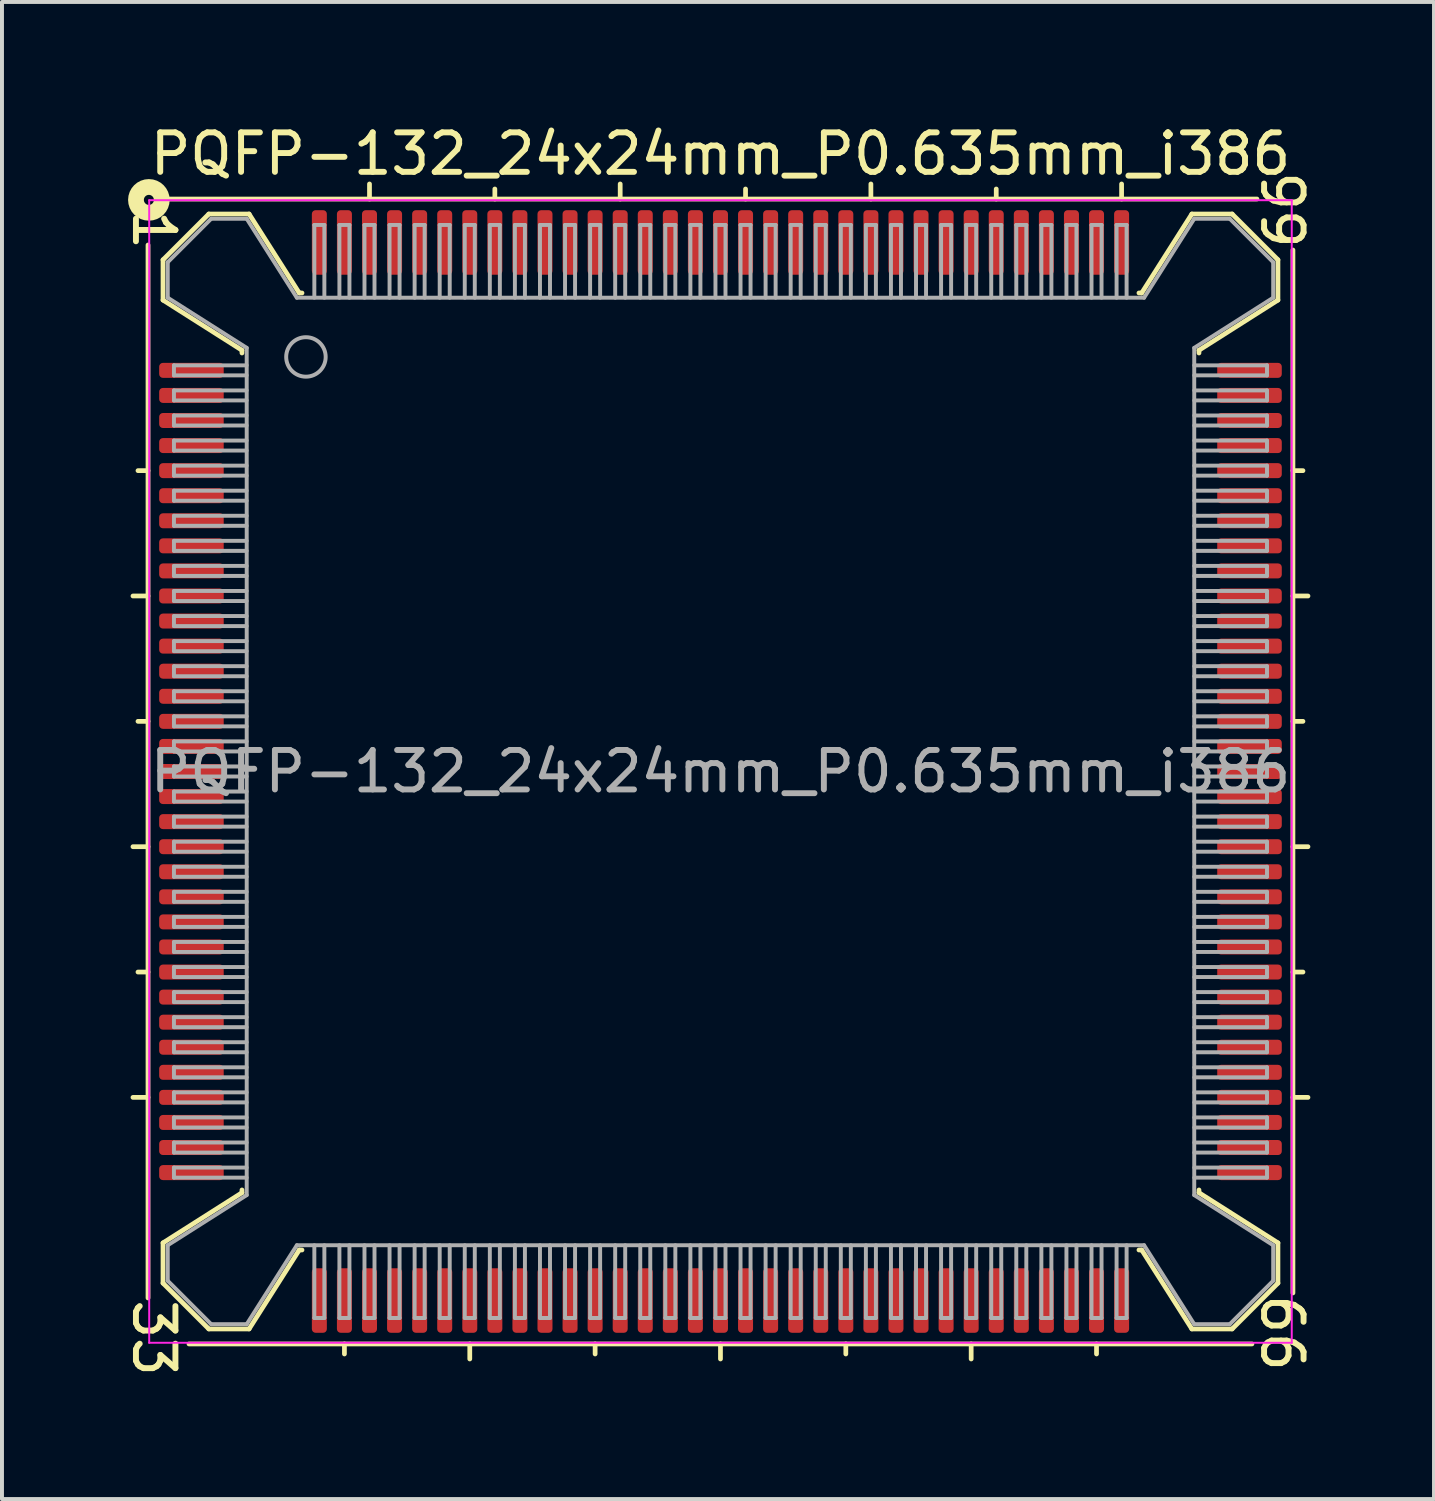
<source format=kicad_pcb>
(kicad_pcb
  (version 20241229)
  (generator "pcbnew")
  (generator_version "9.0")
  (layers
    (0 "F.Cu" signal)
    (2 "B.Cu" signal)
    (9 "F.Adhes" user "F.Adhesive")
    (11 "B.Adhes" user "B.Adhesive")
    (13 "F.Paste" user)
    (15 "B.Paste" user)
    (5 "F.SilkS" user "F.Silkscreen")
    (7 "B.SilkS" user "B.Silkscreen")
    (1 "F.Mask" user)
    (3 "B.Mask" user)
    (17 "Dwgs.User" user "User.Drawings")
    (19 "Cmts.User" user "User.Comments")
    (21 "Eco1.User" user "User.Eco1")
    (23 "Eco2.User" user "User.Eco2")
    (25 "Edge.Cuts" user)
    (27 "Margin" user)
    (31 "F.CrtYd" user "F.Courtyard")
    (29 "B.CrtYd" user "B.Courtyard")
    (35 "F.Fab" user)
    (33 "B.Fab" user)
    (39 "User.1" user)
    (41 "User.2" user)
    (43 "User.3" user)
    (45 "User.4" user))
  (footprint "PQFP-132_24x24mm_P0.635mm_i386"
    (layer "F.Cu")
    (at 15.199 16.491)
    (property "Reference" "PQFP-132_24x24mm_P0.635mm_i386" (at 0 -15.643 0) (layer "F.SilkS") (effects (font (size 1 1) (thickness 0.15))))
    (attr smd)
    (fp_line (start -14.881 -4.445) (end -14.5 -4.445) (stroke (width 0.12) (type solid)) (layer "F.SilkS"))
    (fp_line (start -14.881 1.905) (end -14.5 1.905) (stroke (width 0.12) (type solid)) (layer "F.SilkS"))
    (fp_line (start -14.881 8.255) (end -14.5 8.255) (stroke (width 0.12) (type solid)) (layer "F.SilkS"))
    (fp_line (start -14.754 -7.62) (end -14.5 -7.62) (stroke (width 0.12) (type solid)) (layer "F.SilkS"))
    (fp_line (start -14.754 -1.27) (end -14.5 -1.27) (stroke (width 0.12) (type solid)) (layer "F.SilkS"))
    (fp_line (start -14.754 5.08) (end -14.5 5.08) (stroke (width 0.12) (type solid)) (layer "F.SilkS"))
    (fp_line (start -14.5 -13.335) (end -14.5 13.335) (stroke (width 0.12) (type solid)) (layer "F.SilkS"))
    (fp_line (start -14.12 -12.96) (end -12.96 -14.12) (stroke (width 0.12) (type solid)) (layer "F.SilkS"))
    (fp_line (start -14.12 -11.94) (end -14.12 -12.96) (stroke (width 0.12) (type solid)) (layer "F.SilkS"))
    (fp_line (start -14.12 -11.94) (end -12.12 -10.67) (stroke (width 0.12) (type solid)) (layer "F.SilkS"))
    (fp_line (start -14.12 11.94) (end -14.12 12.96) (stroke (width 0.12) (type solid)) (layer "F.SilkS"))
    (fp_line (start -14.12 11.94) (end -12.12 10.67) (stroke (width 0.12) (type solid)) (layer "F.SilkS"))
    (fp_line (start -14.12 12.96) (end -12.96 14.12) (stroke (width 0.12) (type solid)) (layer "F.SilkS"))
    (fp_line (start -13.462 14.5) (end 13.462 14.5) (stroke (width 0.12) (type solid)) (layer "F.SilkS"))
    (fp_line (start -12.12 -10.67) (end -12.12 -10.6) (stroke (width 0.12) (type solid)) (layer "F.SilkS"))
    (fp_line (start -12.12 10.67) (end -12.12 10.6) (stroke (width 0.12) (type solid)) (layer "F.SilkS"))
    (fp_line (start -11.94 -14.12) (end -12.96 -14.12) (stroke (width 0.12) (type solid)) (layer "F.SilkS"))
    (fp_line (start -11.94 14.12) (end -12.96 14.12) (stroke (width 0.12) (type solid)) (layer "F.SilkS"))
    (fp_line (start -10.67 -12.12) (end -11.94 -14.12) (stroke (width 0.12) (type solid)) (layer "F.SilkS"))
    (fp_line (start -10.67 12.12) (end -11.94 14.12) (stroke (width 0.12) (type solid)) (layer "F.SilkS"))
    (fp_line (start -10.6 -12.12) (end -10.67 -12.12) (stroke (width 0.12) (type solid)) (layer "F.SilkS"))
    (fp_line (start -10.6 12.12) (end -10.67 12.12) (stroke (width 0.12) (type solid)) (layer "F.SilkS"))
    (fp_line (start -9.525 14.754) (end -9.525 14.5) (stroke (width 0.12) (type solid)) (layer "F.SilkS"))
    (fp_line (start -8.89 -14.5) (end -8.89 -14.881) (stroke (width 0.12) (type solid)) (layer "F.SilkS"))
    (fp_line (start -6.35 14.881) (end -6.35 14.5) (stroke (width 0.12) (type solid)) (layer "F.SilkS"))
    (fp_line (start -5.715 -14.5) (end -5.715 -14.754) (stroke (width 0.12) (type solid)) (layer "F.SilkS"))
    (fp_line (start -3.175 14.754) (end -3.175 14.5) (stroke (width 0.12) (type solid)) (layer "F.SilkS"))
    (fp_line (start -2.54 -14.5) (end -2.54 -14.881) (stroke (width 0.12) (type solid)) (layer "F.SilkS"))
    (fp_line (start 0 14.881) (end 0 14.5) (stroke (width 0.12) (type solid)) (layer "F.SilkS"))
    (fp_line (start 0.635 -14.5) (end 0.635 -14.754) (stroke (width 0.12) (type solid)) (layer "F.SilkS"))
    (fp_line (start 3.175 14.754) (end 3.175 14.5) (stroke (width 0.12) (type solid)) (layer "F.SilkS"))
    (fp_line (start 3.81 -14.5) (end 3.81 -14.881) (stroke (width 0.12) (type solid)) (layer "F.SilkS"))
    (fp_line (start 6.35 14.881) (end 6.35 14.5) (stroke (width 0.12) (type solid)) (layer "F.SilkS"))
    (fp_line (start 6.985 -14.5) (end 6.985 -14.754) (stroke (width 0.12) (type solid)) (layer "F.SilkS"))
    (fp_line (start 9.525 14.754) (end 9.525 14.5) (stroke (width 0.12) (type solid)) (layer "F.SilkS"))
    (fp_line (start 10.16 -14.5) (end 10.16 -14.881) (stroke (width 0.12) (type solid)) (layer "F.SilkS"))
    (fp_line (start 10.6 -12.12) (end 10.67 -12.12) (stroke (width 0.12) (type solid)) (layer "F.SilkS"))
    (fp_line (start 10.6 12.12) (end 10.67 12.12) (stroke (width 0.12) (type solid)) (layer "F.SilkS"))
    (fp_line (start 10.67 -12.12) (end 11.94 -14.12) (stroke (width 0.12) (type solid)) (layer "F.SilkS"))
    (fp_line (start 10.67 12.12) (end 11.94 14.12) (stroke (width 0.12) (type solid)) (layer "F.SilkS"))
    (fp_line (start 11.94 -14.12) (end 12.96 -14.12) (stroke (width 0.12) (type solid)) (layer "F.SilkS"))
    (fp_line (start 11.94 14.12) (end 12.96 14.12) (stroke (width 0.12) (type solid)) (layer "F.SilkS"))
    (fp_line (start 12.12 -10.67) (end 12.12 -10.6) (stroke (width 0.12) (type solid)) (layer "F.SilkS"))
    (fp_line (start 12.12 10.67) (end 12.12 10.6) (stroke (width 0.12) (type solid)) (layer "F.SilkS"))
    (fp_line (start 13.589 -14.5) (end -13.97 -14.5) (stroke (width 0.12) (type solid)) (layer "F.SilkS"))
    (fp_line (start 14.12 -12.96) (end 12.96 -14.12) (stroke (width 0.12) (type solid)) (layer "F.SilkS"))
    (fp_line (start 14.12 -11.94) (end 12.12 -10.67) (stroke (width 0.12) (type solid)) (layer "F.SilkS"))
    (fp_line (start 14.12 -11.94) (end 14.12 -12.96) (stroke (width 0.12) (type solid)) (layer "F.SilkS"))
    (fp_line (start 14.12 11.94) (end 12.12 10.67) (stroke (width 0.12) (type solid)) (layer "F.SilkS"))
    (fp_line (start 14.12 11.94) (end 14.12 12.96) (stroke (width 0.12) (type solid)) (layer "F.SilkS"))
    (fp_line (start 14.12 12.96) (end 12.96 14.12) (stroke (width 0.12) (type solid)) (layer "F.SilkS"))
    (fp_line (start 14.5 -7.62) (end 14.754 -7.62) (stroke (width 0.12) (type solid)) (layer "F.SilkS"))
    (fp_line (start 14.5 -4.445) (end 14.881 -4.445) (stroke (width 0.12) (type solid)) (layer "F.SilkS"))
    (fp_line (start 14.5 -1.27) (end 14.754 -1.27) (stroke (width 0.12) (type solid)) (layer "F.SilkS"))
    (fp_line (start 14.5 1.905) (end 14.881 1.905) (stroke (width 0.12) (type solid)) (layer "F.SilkS"))
    (fp_line (start 14.5 5.08) (end 14.754 5.08) (stroke (width 0.12) (type solid)) (layer "F.SilkS"))
    (fp_line (start 14.5 8.255) (end 14.881 8.255) (stroke (width 0.12) (type solid)) (layer "F.SilkS"))
    (fp_line (start 14.5 13.208) (end 14.5 -13.208) (stroke (width 0.12) (type solid)) (layer "F.SilkS"))
    (fp_circle (center -14.478 -14.478) (end -14.351 -14.478) (stroke (width 0.4) (type solid)) (fill no) (layer "F.SilkS"))
    (fp_line (start -14.47 -14.47) (end -14.47 14.47) (stroke (width 0.05) (type solid)) (layer "F.CrtYd"))
    (fp_line (start 14.47 -14.47) (end -14.47 -14.47) (stroke (width 0.05) (type solid)) (layer "F.CrtYd"))
    (fp_line (start 14.47 -14.47) (end 14.47 14.47) (stroke (width 0.05) (type solid)) (layer "F.CrtYd"))
    (fp_line (start 14.47 14.47) (end -14.47 14.47) (stroke (width 0.05) (type solid)) (layer "F.CrtYd"))
    (fp_line (start -14 -12.9) (end -12.9 -14) (stroke (width 0.1) (type solid)) (layer "F.Fab"))
    (fp_line (start -14 -12) (end -14 -12.9) (stroke (width 0.1) (type solid)) (layer "F.Fab"))
    (fp_line (start -14 -12) (end -12 -10.73) (stroke (width 0.1) (type solid)) (layer "F.Fab"))
    (fp_line (start -14 12) (end -14 12.9) (stroke (width 0.1) (type solid)) (layer "F.Fab"))
    (fp_line (start -14 12) (end -12 10.73) (stroke (width 0.1) (type solid)) (layer "F.Fab"))
    (fp_line (start -14 12.9) (end -12.9 14) (stroke (width 0.1) (type solid)) (layer "F.Fab"))
    (fp_line (start -13.843 -10.287) (end -13.843 -10.033) (stroke (width 0.1) (type solid)) (layer "F.Fab"))
    (fp_line (start -13.843 -10.287) (end -12.002 -10.287) (stroke (width 0.1) (type solid)) (layer "F.Fab"))
    (fp_line (start -13.843 -10.033) (end -12.002 -10.033) (stroke (width 0.1) (type solid)) (layer "F.Fab"))
    (fp_line (start -13.843 -9.652) (end -13.843 -9.398) (stroke (width 0.1) (type solid)) (layer "F.Fab"))
    (fp_line (start -13.843 -9.652) (end -12.002 -9.652) (stroke (width 0.1) (type solid)) (layer "F.Fab"))
    (fp_line (start -13.843 -9.398) (end -12.002 -9.398) (stroke (width 0.1) (type solid)) (layer "F.Fab"))
    (fp_line (start -13.843 -9.017) (end -13.843 -8.763) (stroke (width 0.1) (type solid)) (layer "F.Fab"))
    (fp_line (start -13.843 -9.017) (end -12.002 -9.017) (stroke (width 0.1) (type solid)) (layer "F.Fab"))
    (fp_line (start -13.843 -8.763) (end -12.002 -8.763) (stroke (width 0.1) (type solid)) (layer "F.Fab"))
    (fp_line (start -13.843 -8.382) (end -13.843 -8.128) (stroke (width 0.1) (type solid)) (layer "F.Fab"))
    (fp_line (start -13.843 -8.382) (end -12.002 -8.382) (stroke (width 0.1) (type solid)) (layer "F.Fab"))
    (fp_line (start -13.843 -8.128) (end -12.002 -8.128) (stroke (width 0.1) (type solid)) (layer "F.Fab"))
    (fp_line (start -13.843 -7.747) (end -13.843 -7.493) (stroke (width 0.1) (type solid)) (layer "F.Fab"))
    (fp_line (start -13.843 -7.747) (end -12.002 -7.747) (stroke (width 0.1) (type solid)) (layer "F.Fab"))
    (fp_line (start -13.843 -7.493) (end -12.002 -7.493) (stroke (width 0.1) (type solid)) (layer "F.Fab"))
    (fp_line (start -13.843 -7.112) (end -13.843 -6.858) (stroke (width 0.1) (type solid)) (layer "F.Fab"))
    (fp_line (start -13.843 -7.112) (end -12.002 -7.112) (stroke (width 0.1) (type solid)) (layer "F.Fab"))
    (fp_line (start -13.843 -6.858) (end -12.002 -6.858) (stroke (width 0.1) (type solid)) (layer "F.Fab"))
    (fp_line (start -13.843 -6.477) (end -13.843 -6.223) (stroke (width 0.1) (type solid)) (layer "F.Fab"))
    (fp_line (start -13.843 -6.477) (end -12.002 -6.477) (stroke (width 0.1) (type solid)) (layer "F.Fab"))
    (fp_line (start -13.843 -6.223) (end -12.002 -6.223) (stroke (width 0.1) (type solid)) (layer "F.Fab"))
    (fp_line (start -13.843 -5.842) (end -13.843 -5.588) (stroke (width 0.1) (type solid)) (layer "F.Fab"))
    (fp_line (start -13.843 -5.842) (end -12.002 -5.842) (stroke (width 0.1) (type solid)) (layer "F.Fab"))
    (fp_line (start -13.843 -5.588) (end -12.002 -5.588) (stroke (width 0.1) (type solid)) (layer "F.Fab"))
    (fp_line (start -13.843 -5.207) (end -13.843 -4.953) (stroke (width 0.1) (type solid)) (layer "F.Fab"))
    (fp_line (start -13.843 -5.207) (end -12.002 -5.207) (stroke (width 0.1) (type solid)) (layer "F.Fab"))
    (fp_line (start -13.843 -4.953) (end -12.002 -4.953) (stroke (width 0.1) (type solid)) (layer "F.Fab"))
    (fp_line (start -13.843 -4.572) (end -13.843 -4.318) (stroke (width 0.1) (type solid)) (layer "F.Fab"))
    (fp_line (start -13.843 -4.572) (end -12.002 -4.572) (stroke (width 0.1) (type solid)) (layer "F.Fab"))
    (fp_line (start -13.843 -4.318) (end -12.002 -4.318) (stroke (width 0.1) (type solid)) (layer "F.Fab"))
    (fp_line (start -13.843 -3.937) (end -13.843 -3.683) (stroke (width 0.1) (type solid)) (layer "F.Fab"))
    (fp_line (start -13.843 -3.937) (end -12.002 -3.937) (stroke (width 0.1) (type solid)) (layer "F.Fab"))
    (fp_line (start -13.843 -3.683) (end -12.002 -3.683) (stroke (width 0.1) (type solid)) (layer "F.Fab"))
    (fp_line (start -13.843 -3.302) (end -13.843 -3.048) (stroke (width 0.1) (type solid)) (layer "F.Fab"))
    (fp_line (start -13.843 -3.302) (end -12.002 -3.302) (stroke (width 0.1) (type solid)) (layer "F.Fab"))
    (fp_line (start -13.843 -3.048) (end -12.002 -3.048) (stroke (width 0.1) (type solid)) (layer "F.Fab"))
    (fp_line (start -13.843 -2.667) (end -13.843 -2.413) (stroke (width 0.1) (type solid)) (layer "F.Fab"))
    (fp_line (start -13.843 -2.667) (end -12.002 -2.667) (stroke (width 0.1) (type solid)) (layer "F.Fab"))
    (fp_line (start -13.843 -2.413) (end -12.002 -2.413) (stroke (width 0.1) (type solid)) (layer "F.Fab"))
    (fp_line (start -13.843 -2.032) (end -13.843 -1.778) (stroke (width 0.1) (type solid)) (layer "F.Fab"))
    (fp_line (start -13.843 -2.032) (end -12.002 -2.032) (stroke (width 0.1) (type solid)) (layer "F.Fab"))
    (fp_line (start -13.843 -1.778) (end -12.002 -1.778) (stroke (width 0.1) (type solid)) (layer "F.Fab"))
    (fp_line (start -13.843 -1.397) (end -13.843 -1.143) (stroke (width 0.1) (type solid)) (layer "F.Fab"))
    (fp_line (start -13.843 -1.397) (end -12.002 -1.397) (stroke (width 0.1) (type solid)) (layer "F.Fab"))
    (fp_line (start -13.843 -1.143) (end -12.002 -1.143) (stroke (width 0.1) (type solid)) (layer "F.Fab"))
    (fp_line (start -13.843 -0.762) (end -13.843 -0.508) (stroke (width 0.1) (type solid)) (layer "F.Fab"))
    (fp_line (start -13.843 -0.762) (end -12.002 -0.762) (stroke (width 0.1) (type solid)) (layer "F.Fab"))
    (fp_line (start -13.843 -0.508) (end -12.002 -0.508) (stroke (width 0.1) (type solid)) (layer "F.Fab"))
    (fp_line (start -13.843 -0.127) (end -13.843 0.127) (stroke (width 0.1) (type solid)) (layer "F.Fab"))
    (fp_line (start -13.843 -0.127) (end -12.002 -0.127) (stroke (width 0.1) (type solid)) (layer "F.Fab"))
    (fp_line (start -13.843 0.127) (end -12.002 0.127) (stroke (width 0.1) (type solid)) (layer "F.Fab"))
    (fp_line (start -13.843 0.508) (end -13.843 0.762) (stroke (width 0.1) (type solid)) (layer "F.Fab"))
    (fp_line (start -13.843 0.508) (end -12.002 0.508) (stroke (width 0.1) (type solid)) (layer "F.Fab"))
    (fp_line (start -13.843 0.762) (end -12.002 0.762) (stroke (width 0.1) (type solid)) (layer "F.Fab"))
    (fp_line (start -13.843 1.143) (end -13.843 1.397) (stroke (width 0.1) (type solid)) (layer "F.Fab"))
    (fp_line (start -13.843 1.143) (end -12.002 1.143) (stroke (width 0.1) (type solid)) (layer "F.Fab"))
    (fp_line (start -13.843 1.397) (end -12.002 1.397) (stroke (width 0.1) (type solid)) (layer "F.Fab"))
    (fp_line (start -13.843 1.778) (end -13.843 2.032) (stroke (width 0.1) (type solid)) (layer "F.Fab"))
    (fp_line (start -13.843 1.778) (end -12.002 1.778) (stroke (width 0.1) (type solid)) (layer "F.Fab"))
    (fp_line (start -13.843 2.032) (end -12.002 2.032) (stroke (width 0.1) (type solid)) (layer "F.Fab"))
    (fp_line (start -13.843 2.413) (end -13.843 2.667) (stroke (width 0.1) (type solid)) (layer "F.Fab"))
    (fp_line (start -13.843 2.413) (end -12.002 2.413) (stroke (width 0.1) (type solid)) (layer "F.Fab"))
    (fp_line (start -13.843 2.667) (end -12.002 2.667) (stroke (width 0.1) (type solid)) (layer "F.Fab"))
    (fp_line (start -13.843 3.048) (end -13.843 3.302) (stroke (width 0.1) (type solid)) (layer "F.Fab"))
    (fp_line (start -13.843 3.048) (end -12.002 3.048) (stroke (width 0.1) (type solid)) (layer "F.Fab"))
    (fp_line (start -13.843 3.302) (end -12.002 3.302) (stroke (width 0.1) (type solid)) (layer "F.Fab"))
    (fp_line (start -13.843 3.683) (end -13.843 3.937) (stroke (width 0.1) (type solid)) (layer "F.Fab"))
    (fp_line (start -13.843 3.683) (end -12.002 3.683) (stroke (width 0.1) (type solid)) (layer "F.Fab"))
    (fp_line (start -13.843 3.937) (end -12.002 3.937) (stroke (width 0.1) (type solid)) (layer "F.Fab"))
    (fp_line (start -13.843 4.318) (end -13.843 4.572) (stroke (width 0.1) (type solid)) (layer "F.Fab"))
    (fp_line (start -13.843 4.318) (end -12.002 4.318) (stroke (width 0.1) (type solid)) (layer "F.Fab"))
    (fp_line (start -13.843 4.572) (end -12.002 4.572) (stroke (width 0.1) (type solid)) (layer "F.Fab"))
    (fp_line (start -13.843 4.953) (end -13.843 5.207) (stroke (width 0.1) (type solid)) (layer "F.Fab"))
    (fp_line (start -13.843 4.953) (end -12.002 4.953) (stroke (width 0.1) (type solid)) (layer "F.Fab"))
    (fp_line (start -13.843 5.207) (end -12.002 5.207) (stroke (width 0.1) (type solid)) (layer "F.Fab"))
    (fp_line (start -13.843 5.588) (end -13.843 5.842) (stroke (width 0.1) (type solid)) (layer "F.Fab"))
    (fp_line (start -13.843 5.588) (end -12.002 5.588) (stroke (width 0.1) (type solid)) (layer "F.Fab"))
    (fp_line (start -13.843 5.842) (end -12.002 5.842) (stroke (width 0.1) (type solid)) (layer "F.Fab"))
    (fp_line (start -13.843 6.223) (end -13.843 6.477) (stroke (width 0.1) (type solid)) (layer "F.Fab"))
    (fp_line (start -13.843 6.223) (end -12.002 6.223) (stroke (width 0.1) (type solid)) (layer "F.Fab"))
    (fp_line (start -13.843 6.477) (end -12.002 6.477) (stroke (width 0.1) (type solid)) (layer "F.Fab"))
    (fp_line (start -13.843 6.858) (end -13.843 7.112) (stroke (width 0.1) (type solid)) (layer "F.Fab"))
    (fp_line (start -13.843 6.858) (end -12.002 6.858) (stroke (width 0.1) (type solid)) (layer "F.Fab"))
    (fp_line (start -13.843 7.112) (end -12.002 7.112) (stroke (width 0.1) (type solid)) (layer "F.Fab"))
    (fp_line (start -13.843 7.493) (end -13.843 7.747) (stroke (width 0.1) (type solid)) (layer "F.Fab"))
    (fp_line (start -13.843 7.493) (end -12.002 7.493) (stroke (width 0.1) (type solid)) (layer "F.Fab"))
    (fp_line (start -13.843 7.747) (end -12.002 7.747) (stroke (width 0.1) (type solid)) (layer "F.Fab"))
    (fp_line (start -13.843 8.128) (end -13.843 8.382) (stroke (width 0.1) (type solid)) (layer "F.Fab"))
    (fp_line (start -13.843 8.128) (end -12.002 8.128) (stroke (width 0.1) (type solid)) (layer "F.Fab"))
    (fp_line (start -13.843 8.382) (end -12.002 8.382) (stroke (width 0.1) (type solid)) (layer "F.Fab"))
    (fp_line (start -13.843 8.763) (end -13.843 9.017) (stroke (width 0.1) (type solid)) (layer "F.Fab"))
    (fp_line (start -13.843 8.763) (end -12.002 8.763) (stroke (width 0.1) (type solid)) (layer "F.Fab"))
    (fp_line (start -13.843 9.017) (end -12.002 9.017) (stroke (width 0.1) (type solid)) (layer "F.Fab"))
    (fp_line (start -13.843 9.398) (end -13.843 9.652) (stroke (width 0.1) (type solid)) (layer "F.Fab"))
    (fp_line (start -13.843 9.398) (end -12.002 9.398) (stroke (width 0.1) (type solid)) (layer "F.Fab"))
    (fp_line (start -13.843 9.652) (end -12.002 9.652) (stroke (width 0.1) (type solid)) (layer "F.Fab"))
    (fp_line (start -13.843 10.033) (end -13.843 10.287) (stroke (width 0.1) (type solid)) (layer "F.Fab"))
    (fp_line (start -13.843 10.033) (end -12.002 10.033) (stroke (width 0.1) (type solid)) (layer "F.Fab"))
    (fp_line (start -13.843 10.287) (end -12.002 10.287) (stroke (width 0.1) (type solid)) (layer "F.Fab"))
    (fp_line (start -12.9 -14) (end -12 -14) (stroke (width 0.1) (type solid)) (layer "F.Fab"))
    (fp_line (start -12.9 14) (end -12 14) (stroke (width 0.1) (type solid)) (layer "F.Fab"))
    (fp_line (start -12 -14) (end -10.73 -12) (stroke (width 0.1) (type solid)) (layer "F.Fab"))
    (fp_line (start -12 10.73) (end -12 -10.73) (stroke (width 0.1) (type solid)) (layer "F.Fab"))
    (fp_line (start -12 14) (end -10.73 12) (stroke (width 0.1) (type solid)) (layer "F.Fab"))
    (fp_line (start -10.73 -12) (end 10.73 -12) (stroke (width 0.1) (type solid)) (layer "F.Fab"))
    (fp_line (start -10.287 -13.843) (end -10.287 -12.002) (stroke (width 0.1) (type solid)) (layer "F.Fab"))
    (fp_line (start -10.287 13.843) (end -10.287 12.002) (stroke (width 0.1) (type solid)) (layer "F.Fab"))
    (fp_line (start -10.287 13.843) (end -10.033 13.843) (stroke (width 0.1) (type solid)) (layer "F.Fab"))
    (fp_line (start -10.033 -13.843) (end -10.287 -13.843) (stroke (width 0.1) (type solid)) (layer "F.Fab"))
    (fp_line (start -10.033 -13.843) (end -10.033 -12.002) (stroke (width 0.1) (type solid)) (layer "F.Fab"))
    (fp_line (start -10.033 13.843) (end -10.033 12.002) (stroke (width 0.1) (type solid)) (layer "F.Fab"))
    (fp_line (start -9.652 -13.843) (end -9.652 -12.002) (stroke (width 0.1) (type solid)) (layer "F.Fab"))
    (fp_line (start -9.652 13.843) (end -9.652 12.002) (stroke (width 0.1) (type solid)) (layer "F.Fab"))
    (fp_line (start -9.652 13.843) (end -9.398 13.843) (stroke (width 0.1) (type solid)) (layer "F.Fab"))
    (fp_line (start -9.398 -13.843) (end -9.652 -13.843) (stroke (width 0.1) (type solid)) (layer "F.Fab"))
    (fp_line (start -9.398 -13.843) (end -9.398 -12.002) (stroke (width 0.1) (type solid)) (layer "F.Fab"))
    (fp_line (start -9.398 13.843) (end -9.398 12.002) (stroke (width 0.1) (type solid)) (layer "F.Fab"))
    (fp_line (start -9.017 -13.843) (end -9.017 -12.002) (stroke (width 0.1) (type solid)) (layer "F.Fab"))
    (fp_line (start -9.017 13.843) (end -9.017 12.002) (stroke (width 0.1) (type solid)) (layer "F.Fab"))
    (fp_line (start -9.017 13.843) (end -8.763 13.843) (stroke (width 0.1) (type solid)) (layer "F.Fab"))
    (fp_line (start -8.763 -13.843) (end -9.017 -13.843) (stroke (width 0.1) (type solid)) (layer "F.Fab"))
    (fp_line (start -8.763 -13.843) (end -8.763 -12.002) (stroke (width 0.1) (type solid)) (layer "F.Fab"))
    (fp_line (start -8.763 13.843) (end -8.763 12.002) (stroke (width 0.1) (type solid)) (layer "F.Fab"))
    (fp_line (start -8.382 -13.843) (end -8.382 -12.002) (stroke (width 0.1) (type solid)) (layer "F.Fab"))
    (fp_line (start -8.382 13.843) (end -8.382 12.002) (stroke (width 0.1) (type solid)) (layer "F.Fab"))
    (fp_line (start -8.382 13.843) (end -8.128 13.843) (stroke (width 0.1) (type solid)) (layer "F.Fab"))
    (fp_line (start -8.128 -13.843) (end -8.382 -13.843) (stroke (width 0.1) (type solid)) (layer "F.Fab"))
    (fp_line (start -8.128 -13.843) (end -8.128 -12.002) (stroke (width 0.1) (type solid)) (layer "F.Fab"))
    (fp_line (start -8.128 13.843) (end -8.128 12.002) (stroke (width 0.1) (type solid)) (layer "F.Fab"))
    (fp_line (start -7.747 -13.843) (end -7.747 -12.002) (stroke (width 0.1) (type solid)) (layer "F.Fab"))
    (fp_line (start -7.747 13.843) (end -7.747 12.002) (stroke (width 0.1) (type solid)) (layer "F.Fab"))
    (fp_line (start -7.747 13.843) (end -7.493 13.843) (stroke (width 0.1) (type solid)) (layer "F.Fab"))
    (fp_line (start -7.493 -13.843) (end -7.747 -13.843) (stroke (width 0.1) (type solid)) (layer "F.Fab"))
    (fp_line (start -7.493 -13.843) (end -7.493 -12.002) (stroke (width 0.1) (type solid)) (layer "F.Fab"))
    (fp_line (start -7.493 13.843) (end -7.493 12.002) (stroke (width 0.1) (type solid)) (layer "F.Fab"))
    (fp_line (start -7.112 -13.843) (end -7.112 -12.002) (stroke (width 0.1) (type solid)) (layer "F.Fab"))
    (fp_line (start -7.112 13.843) (end -7.112 12.002) (stroke (width 0.1) (type solid)) (layer "F.Fab"))
    (fp_line (start -7.112 13.843) (end -6.858 13.843) (stroke (width 0.1) (type solid)) (layer "F.Fab"))
    (fp_line (start -6.858 -13.843) (end -7.112 -13.843) (stroke (width 0.1) (type solid)) (layer "F.Fab"))
    (fp_line (start -6.858 -13.843) (end -6.858 -12.002) (stroke (width 0.1) (type solid)) (layer "F.Fab"))
    (fp_line (start -6.858 13.843) (end -6.858 12.002) (stroke (width 0.1) (type solid)) (layer "F.Fab"))
    (fp_line (start -6.477 -13.843) (end -6.477 -12.002) (stroke (width 0.1) (type solid)) (layer "F.Fab"))
    (fp_line (start -6.477 13.843) (end -6.477 12.002) (stroke (width 0.1) (type solid)) (layer "F.Fab"))
    (fp_line (start -6.477 13.843) (end -6.223 13.843) (stroke (width 0.1) (type solid)) (layer "F.Fab"))
    (fp_line (start -6.223 -13.843) (end -6.477 -13.843) (stroke (width 0.1) (type solid)) (layer "F.Fab"))
    (fp_line (start -6.223 -13.843) (end -6.223 -12.002) (stroke (width 0.1) (type solid)) (layer "F.Fab"))
    (fp_line (start -6.223 13.843) (end -6.223 12.002) (stroke (width 0.1) (type solid)) (layer "F.Fab"))
    (fp_line (start -5.842 -13.843) (end -5.842 -12.002) (stroke (width 0.1) (type solid)) (layer "F.Fab"))
    (fp_line (start -5.842 13.843) (end -5.842 12.002) (stroke (width 0.1) (type solid)) (layer "F.Fab"))
    (fp_line (start -5.842 13.843) (end -5.588 13.843) (stroke (width 0.1) (type solid)) (layer "F.Fab"))
    (fp_line (start -5.588 -13.843) (end -5.842 -13.843) (stroke (width 0.1) (type solid)) (layer "F.Fab"))
    (fp_line (start -5.588 -13.843) (end -5.588 -12.002) (stroke (width 0.1) (type solid)) (layer "F.Fab"))
    (fp_line (start -5.588 13.843) (end -5.588 12.002) (stroke (width 0.1) (type solid)) (layer "F.Fab"))
    (fp_line (start -5.207 -13.843) (end -5.207 -12.002) (stroke (width 0.1) (type solid)) (layer "F.Fab"))
    (fp_line (start -5.207 13.843) (end -5.207 12.002) (stroke (width 0.1) (type solid)) (layer "F.Fab"))
    (fp_line (start -5.207 13.843) (end -4.953 13.843) (stroke (width 0.1) (type solid)) (layer "F.Fab"))
    (fp_line (start -4.953 -13.843) (end -5.207 -13.843) (stroke (width 0.1) (type solid)) (layer "F.Fab"))
    (fp_line (start -4.953 -13.843) (end -4.953 -12.002) (stroke (width 0.1) (type solid)) (layer "F.Fab"))
    (fp_line (start -4.953 13.843) (end -4.953 12.002) (stroke (width 0.1) (type solid)) (layer "F.Fab"))
    (fp_line (start -4.572 -13.843) (end -4.572 -12.002) (stroke (width 0.1) (type solid)) (layer "F.Fab"))
    (fp_line (start -4.572 13.843) (end -4.572 12.002) (stroke (width 0.1) (type solid)) (layer "F.Fab"))
    (fp_line (start -4.572 13.843) (end -4.318 13.843) (stroke (width 0.1) (type solid)) (layer "F.Fab"))
    (fp_line (start -4.318 -13.843) (end -4.572 -13.843) (stroke (width 0.1) (type solid)) (layer "F.Fab"))
    (fp_line (start -4.318 -13.843) (end -4.318 -12.002) (stroke (width 0.1) (type solid)) (layer "F.Fab"))
    (fp_line (start -4.318 13.843) (end -4.318 12.002) (stroke (width 0.1) (type solid)) (layer "F.Fab"))
    (fp_line (start -3.937 -13.843) (end -3.937 -12.002) (stroke (width 0.1) (type solid)) (layer "F.Fab"))
    (fp_line (start -3.937 13.843) (end -3.937 12.002) (stroke (width 0.1) (type solid)) (layer "F.Fab"))
    (fp_line (start -3.937 13.843) (end -3.683 13.843) (stroke (width 0.1) (type solid)) (layer "F.Fab"))
    (fp_line (start -3.683 -13.843) (end -3.937 -13.843) (stroke (width 0.1) (type solid)) (layer "F.Fab"))
    (fp_line (start -3.683 -13.843) (end -3.683 -12.002) (stroke (width 0.1) (type solid)) (layer "F.Fab"))
    (fp_line (start -3.683 13.843) (end -3.683 12.002) (stroke (width 0.1) (type solid)) (layer "F.Fab"))
    (fp_line (start -3.302 -13.843) (end -3.302 -12.002) (stroke (width 0.1) (type solid)) (layer "F.Fab"))
    (fp_line (start -3.302 13.843) (end -3.302 12.002) (stroke (width 0.1) (type solid)) (layer "F.Fab"))
    (fp_line (start -3.302 13.843) (end -3.048 13.843) (stroke (width 0.1) (type solid)) (layer "F.Fab"))
    (fp_line (start -3.048 -13.843) (end -3.302 -13.843) (stroke (width 0.1) (type solid)) (layer "F.Fab"))
    (fp_line (start -3.048 -13.843) (end -3.048 -12.002) (stroke (width 0.1) (type solid)) (layer "F.Fab"))
    (fp_line (start -3.048 13.843) (end -3.048 12.002) (stroke (width 0.1) (type solid)) (layer "F.Fab"))
    (fp_line (start -2.667 -13.843) (end -2.667 -12.002) (stroke (width 0.1) (type solid)) (layer "F.Fab"))
    (fp_line (start -2.667 13.843) (end -2.667 12.002) (stroke (width 0.1) (type solid)) (layer "F.Fab"))
    (fp_line (start -2.667 13.843) (end -2.413 13.843) (stroke (width 0.1) (type solid)) (layer "F.Fab"))
    (fp_line (start -2.413 -13.843) (end -2.667 -13.843) (stroke (width 0.1) (type solid)) (layer "F.Fab"))
    (fp_line (start -2.413 -13.843) (end -2.413 -12.002) (stroke (width 0.1) (type solid)) (layer "F.Fab"))
    (fp_line (start -2.413 13.843) (end -2.413 12.002) (stroke (width 0.1) (type solid)) (layer "F.Fab"))
    (fp_line (start -2.032 -13.843) (end -2.032 -12.002) (stroke (width 0.1) (type solid)) (layer "F.Fab"))
    (fp_line (start -2.032 13.843) (end -2.032 12.002) (stroke (width 0.1) (type solid)) (layer "F.Fab"))
    (fp_line (start -2.032 13.843) (end -1.778 13.843) (stroke (width 0.1) (type solid)) (layer "F.Fab"))
    (fp_line (start -1.778 -13.843) (end -2.032 -13.843) (stroke (width 0.1) (type solid)) (layer "F.Fab"))
    (fp_line (start -1.778 -13.843) (end -1.778 -12.002) (stroke (width 0.1) (type solid)) (layer "F.Fab"))
    (fp_line (start -1.778 13.843) (end -1.778 12.002) (stroke (width 0.1) (type solid)) (layer "F.Fab"))
    (fp_line (start -1.397 -13.843) (end -1.397 -12.002) (stroke (width 0.1) (type solid)) (layer "F.Fab"))
    (fp_line (start -1.397 13.843) (end -1.397 12.002) (stroke (width 0.1) (type solid)) (layer "F.Fab"))
    (fp_line (start -1.397 13.843) (end -1.143 13.843) (stroke (width 0.1) (type solid)) (layer "F.Fab"))
    (fp_line (start -1.143 -13.843) (end -1.397 -13.843) (stroke (width 0.1) (type solid)) (layer "F.Fab"))
    (fp_line (start -1.143 -13.843) (end -1.143 -12.002) (stroke (width 0.1) (type solid)) (layer "F.Fab"))
    (fp_line (start -1.143 13.843) (end -1.143 12.002) (stroke (width 0.1) (type solid)) (layer "F.Fab"))
    (fp_line (start -0.762 -13.843) (end -0.762 -12.002) (stroke (width 0.1) (type solid)) (layer "F.Fab"))
    (fp_line (start -0.762 13.843) (end -0.762 12.002) (stroke (width 0.1) (type solid)) (layer "F.Fab"))
    (fp_line (start -0.762 13.843) (end -0.508 13.843) (stroke (width 0.1) (type solid)) (layer "F.Fab"))
    (fp_line (start -0.508 -13.843) (end -0.762 -13.843) (stroke (width 0.1) (type solid)) (layer "F.Fab"))
    (fp_line (start -0.508 -13.843) (end -0.508 -12.002) (stroke (width 0.1) (type solid)) (layer "F.Fab"))
    (fp_line (start -0.508 13.843) (end -0.508 12.002) (stroke (width 0.1) (type solid)) (layer "F.Fab"))
    (fp_line (start -0.127 -13.843) (end -0.127 -12.002) (stroke (width 0.1) (type solid)) (layer "F.Fab"))
    (fp_line (start -0.127 13.843) (end -0.127 12.002) (stroke (width 0.1) (type solid)) (layer "F.Fab"))
    (fp_line (start -0.127 13.843) (end 0.127 13.843) (stroke (width 0.1) (type solid)) (layer "F.Fab"))
    (fp_line (start 0.127 -13.843) (end -0.127 -13.843) (stroke (width 0.1) (type solid)) (layer "F.Fab"))
    (fp_line (start 0.127 -13.843) (end 0.127 -12.002) (stroke (width 0.1) (type solid)) (layer "F.Fab"))
    (fp_line (start 0.127 13.843) (end 0.127 12.002) (stroke (width 0.1) (type solid)) (layer "F.Fab"))
    (fp_line (start 0.508 -13.843) (end 0.508 -12.002) (stroke (width 0.1) (type solid)) (layer "F.Fab"))
    (fp_line (start 0.508 13.843) (end 0.508 12.002) (stroke (width 0.1) (type solid)) (layer "F.Fab"))
    (fp_line (start 0.508 13.843) (end 0.762 13.843) (stroke (width 0.1) (type solid)) (layer "F.Fab"))
    (fp_line (start 0.762 -13.843) (end 0.508 -13.843) (stroke (width 0.1) (type solid)) (layer "F.Fab"))
    (fp_line (start 0.762 -13.843) (end 0.762 -12.002) (stroke (width 0.1) (type solid)) (layer "F.Fab"))
    (fp_line (start 0.762 13.843) (end 0.762 12.002) (stroke (width 0.1) (type solid)) (layer "F.Fab"))
    (fp_line (start 1.143 -13.843) (end 1.143 -12.002) (stroke (width 0.1) (type solid)) (layer "F.Fab"))
    (fp_line (start 1.143 13.843) (end 1.143 12.002) (stroke (width 0.1) (type solid)) (layer "F.Fab"))
    (fp_line (start 1.143 13.843) (end 1.397 13.843) (stroke (width 0.1) (type solid)) (layer "F.Fab"))
    (fp_line (start 1.397 -13.843) (end 1.143 -13.843) (stroke (width 0.1) (type solid)) (layer "F.Fab"))
    (fp_line (start 1.397 -13.843) (end 1.397 -12.002) (stroke (width 0.1) (type solid)) (layer "F.Fab"))
    (fp_line (start 1.397 13.843) (end 1.397 12.002) (stroke (width 0.1) (type solid)) (layer "F.Fab"))
    (fp_line (start 1.778 -13.843) (end 1.778 -12.002) (stroke (width 0.1) (type solid)) (layer "F.Fab"))
    (fp_line (start 1.778 13.843) (end 1.778 12.002) (stroke (width 0.1) (type solid)) (layer "F.Fab"))
    (fp_line (start 1.778 13.843) (end 2.032 13.843) (stroke (width 0.1) (type solid)) (layer "F.Fab"))
    (fp_line (start 2.032 -13.843) (end 1.778 -13.843) (stroke (width 0.1) (type solid)) (layer "F.Fab"))
    (fp_line (start 2.032 -13.843) (end 2.032 -12.002) (stroke (width 0.1) (type solid)) (layer "F.Fab"))
    (fp_line (start 2.032 13.843) (end 2.032 12.002) (stroke (width 0.1) (type solid)) (layer "F.Fab"))
    (fp_line (start 2.413 -13.843) (end 2.413 -12.002) (stroke (width 0.1) (type solid)) (layer "F.Fab"))
    (fp_line (start 2.413 13.843) (end 2.413 12.002) (stroke (width 0.1) (type solid)) (layer "F.Fab"))
    (fp_line (start 2.413 13.843) (end 2.667 13.843) (stroke (width 0.1) (type solid)) (layer "F.Fab"))
    (fp_line (start 2.667 -13.843) (end 2.413 -13.843) (stroke (width 0.1) (type solid)) (layer "F.Fab"))
    (fp_line (start 2.667 -13.843) (end 2.667 -12.002) (stroke (width 0.1) (type solid)) (layer "F.Fab"))
    (fp_line (start 2.667 13.843) (end 2.667 12.002) (stroke (width 0.1) (type solid)) (layer "F.Fab"))
    (fp_line (start 3.048 -13.843) (end 3.048 -12.002) (stroke (width 0.1) (type solid)) (layer "F.Fab"))
    (fp_line (start 3.048 13.843) (end 3.048 12.002) (stroke (width 0.1) (type solid)) (layer "F.Fab"))
    (fp_line (start 3.048 13.843) (end 3.302 13.843) (stroke (width 0.1) (type solid)) (layer "F.Fab"))
    (fp_line (start 3.302 -13.843) (end 3.048 -13.843) (stroke (width 0.1) (type solid)) (layer "F.Fab"))
    (fp_line (start 3.302 -13.843) (end 3.302 -12.002) (stroke (width 0.1) (type solid)) (layer "F.Fab"))
    (fp_line (start 3.302 13.843) (end 3.302 12.002) (stroke (width 0.1) (type solid)) (layer "F.Fab"))
    (fp_line (start 3.683 -13.843) (end 3.683 -12.002) (stroke (width 0.1) (type solid)) (layer "F.Fab"))
    (fp_line (start 3.683 13.843) (end 3.683 12.002) (stroke (width 0.1) (type solid)) (layer "F.Fab"))
    (fp_line (start 3.683 13.843) (end 3.937 13.843) (stroke (width 0.1) (type solid)) (layer "F.Fab"))
    (fp_line (start 3.937 -13.843) (end 3.683 -13.843) (stroke (width 0.1) (type solid)) (layer "F.Fab"))
    (fp_line (start 3.937 -13.843) (end 3.937 -12.002) (stroke (width 0.1) (type solid)) (layer "F.Fab"))
    (fp_line (start 3.937 13.843) (end 3.937 12.002) (stroke (width 0.1) (type solid)) (layer "F.Fab"))
    (fp_line (start 4.318 -13.843) (end 4.318 -12.002) (stroke (width 0.1) (type solid)) (layer "F.Fab"))
    (fp_line (start 4.318 13.843) (end 4.318 12.002) (stroke (width 0.1) (type solid)) (layer "F.Fab"))
    (fp_line (start 4.318 13.843) (end 4.572 13.843) (stroke (width 0.1) (type solid)) (layer "F.Fab"))
    (fp_line (start 4.572 -13.843) (end 4.318 -13.843) (stroke (width 0.1) (type solid)) (layer "F.Fab"))
    (fp_line (start 4.572 -13.843) (end 4.572 -12.002) (stroke (width 0.1) (type solid)) (layer "F.Fab"))
    (fp_line (start 4.572 13.843) (end 4.572 12.002) (stroke (width 0.1) (type solid)) (layer "F.Fab"))
    (fp_line (start 4.953 -13.843) (end 4.953 -12.002) (stroke (width 0.1) (type solid)) (layer "F.Fab"))
    (fp_line (start 4.953 13.843) (end 4.953 12.002) (stroke (width 0.1) (type solid)) (layer "F.Fab"))
    (fp_line (start 4.953 13.843) (end 5.207 13.843) (stroke (width 0.1) (type solid)) (layer "F.Fab"))
    (fp_line (start 5.207 -13.843) (end 4.953 -13.843) (stroke (width 0.1) (type solid)) (layer "F.Fab"))
    (fp_line (start 5.207 -13.843) (end 5.207 -12.002) (stroke (width 0.1) (type solid)) (layer "F.Fab"))
    (fp_line (start 5.207 13.843) (end 5.207 12.002) (stroke (width 0.1) (type solid)) (layer "F.Fab"))
    (fp_line (start 5.588 -13.843) (end 5.588 -12.002) (stroke (width 0.1) (type solid)) (layer "F.Fab"))
    (fp_line (start 5.588 13.843) (end 5.588 12.002) (stroke (width 0.1) (type solid)) (layer "F.Fab"))
    (fp_line (start 5.588 13.843) (end 5.842 13.843) (stroke (width 0.1) (type solid)) (layer "F.Fab"))
    (fp_line (start 5.842 -13.843) (end 5.588 -13.843) (stroke (width 0.1) (type solid)) (layer "F.Fab"))
    (fp_line (start 5.842 -13.843) (end 5.842 -12.002) (stroke (width 0.1) (type solid)) (layer "F.Fab"))
    (fp_line (start 5.842 13.843) (end 5.842 12.002) (stroke (width 0.1) (type solid)) (layer "F.Fab"))
    (fp_line (start 6.223 -13.843) (end 6.223 -12.002) (stroke (width 0.1) (type solid)) (layer "F.Fab"))
    (fp_line (start 6.223 13.843) (end 6.223 12.002) (stroke (width 0.1) (type solid)) (layer "F.Fab"))
    (fp_line (start 6.223 13.843) (end 6.477 13.843) (stroke (width 0.1) (type solid)) (layer "F.Fab"))
    (fp_line (start 6.477 -13.843) (end 6.223 -13.843) (stroke (width 0.1) (type solid)) (layer "F.Fab"))
    (fp_line (start 6.477 -13.843) (end 6.477 -12.002) (stroke (width 0.1) (type solid)) (layer "F.Fab"))
    (fp_line (start 6.477 13.843) (end 6.477 12.002) (stroke (width 0.1) (type solid)) (layer "F.Fab"))
    (fp_line (start 6.858 -13.843) (end 6.858 -12.002) (stroke (width 0.1) (type solid)) (layer "F.Fab"))
    (fp_line (start 6.858 13.843) (end 6.858 12.002) (stroke (width 0.1) (type solid)) (layer "F.Fab"))
    (fp_line (start 6.858 13.843) (end 7.112 13.843) (stroke (width 0.1) (type solid)) (layer "F.Fab"))
    (fp_line (start 7.112 -13.843) (end 6.858 -13.843) (stroke (width 0.1) (type solid)) (layer "F.Fab"))
    (fp_line (start 7.112 -13.843) (end 7.112 -12.002) (stroke (width 0.1) (type solid)) (layer "F.Fab"))
    (fp_line (start 7.112 13.843) (end 7.112 12.002) (stroke (width 0.1) (type solid)) (layer "F.Fab"))
    (fp_line (start 7.493 -13.843) (end 7.493 -12.002) (stroke (width 0.1) (type solid)) (layer "F.Fab"))
    (fp_line (start 7.493 13.843) (end 7.493 12.002) (stroke (width 0.1) (type solid)) (layer "F.Fab"))
    (fp_line (start 7.493 13.843) (end 7.747 13.843) (stroke (width 0.1) (type solid)) (layer "F.Fab"))
    (fp_line (start 7.747 -13.843) (end 7.493 -13.843) (stroke (width 0.1) (type solid)) (layer "F.Fab"))
    (fp_line (start 7.747 -13.843) (end 7.747 -12.002) (stroke (width 0.1) (type solid)) (layer "F.Fab"))
    (fp_line (start 7.747 13.843) (end 7.747 12.002) (stroke (width 0.1) (type solid)) (layer "F.Fab"))
    (fp_line (start 8.128 -13.843) (end 8.128 -12.002) (stroke (width 0.1) (type solid)) (layer "F.Fab"))
    (fp_line (start 8.128 13.843) (end 8.128 12.002) (stroke (width 0.1) (type solid)) (layer "F.Fab"))
    (fp_line (start 8.128 13.843) (end 8.382 13.843) (stroke (width 0.1) (type solid)) (layer "F.Fab"))
    (fp_line (start 8.382 -13.843) (end 8.128 -13.843) (stroke (width 0.1) (type solid)) (layer "F.Fab"))
    (fp_line (start 8.382 -13.843) (end 8.382 -12.002) (stroke (width 0.1) (type solid)) (layer "F.Fab"))
    (fp_line (start 8.382 13.843) (end 8.382 12.002) (stroke (width 0.1) (type solid)) (layer "F.Fab"))
    (fp_line (start 8.763 -13.843) (end 8.763 -12.002) (stroke (width 0.1) (type solid)) (layer "F.Fab"))
    (fp_line (start 8.763 13.843) (end 8.763 12.002) (stroke (width 0.1) (type solid)) (layer "F.Fab"))
    (fp_line (start 8.763 13.843) (end 9.017 13.843) (stroke (width 0.1) (type solid)) (layer "F.Fab"))
    (fp_line (start 9.017 -13.843) (end 8.763 -13.843) (stroke (width 0.1) (type solid)) (layer "F.Fab"))
    (fp_line (start 9.017 -13.843) (end 9.017 -12.002) (stroke (width 0.1) (type solid)) (layer "F.Fab"))
    (fp_line (start 9.017 13.843) (end 9.017 12.002) (stroke (width 0.1) (type solid)) (layer "F.Fab"))
    (fp_line (start 9.398 -13.843) (end 9.398 -12.002) (stroke (width 0.1) (type solid)) (layer "F.Fab"))
    (fp_line (start 9.398 13.843) (end 9.398 12.002) (stroke (width 0.1) (type solid)) (layer "F.Fab"))
    (fp_line (start 9.398 13.843) (end 9.652 13.843) (stroke (width 0.1) (type solid)) (layer "F.Fab"))
    (fp_line (start 9.652 -13.843) (end 9.398 -13.843) (stroke (width 0.1) (type solid)) (layer "F.Fab"))
    (fp_line (start 9.652 -13.843) (end 9.652 -12.002) (stroke (width 0.1) (type solid)) (layer "F.Fab"))
    (fp_line (start 9.652 13.843) (end 9.652 12.002) (stroke (width 0.1) (type solid)) (layer "F.Fab"))
    (fp_line (start 10.033 -13.843) (end 10.033 -12.002) (stroke (width 0.1) (type solid)) (layer "F.Fab"))
    (fp_line (start 10.033 13.843) (end 10.033 12.002) (stroke (width 0.1) (type solid)) (layer "F.Fab"))
    (fp_line (start 10.033 13.843) (end 10.287 13.843) (stroke (width 0.1) (type solid)) (layer "F.Fab"))
    (fp_line (start 10.287 -13.843) (end 10.033 -13.843) (stroke (width 0.1) (type solid)) (layer "F.Fab"))
    (fp_line (start 10.287 -13.843) (end 10.287 -12.002) (stroke (width 0.1) (type solid)) (layer "F.Fab"))
    (fp_line (start 10.287 13.843) (end 10.287 12.002) (stroke (width 0.1) (type solid)) (layer "F.Fab"))
    (fp_line (start 10.73 12) (end -10.73 12) (stroke (width 0.1) (type solid)) (layer "F.Fab"))
    (fp_line (start 12 -14) (end 10.73 -12) (stroke (width 0.1) (type solid)) (layer "F.Fab"))
    (fp_line (start 12 -10.73) (end 12 10.73) (stroke (width 0.1) (type solid)) (layer "F.Fab"))
    (fp_line (start 12 14) (end 10.73 12) (stroke (width 0.1) (type solid)) (layer "F.Fab"))
    (fp_line (start 12.9 -14) (end 12 -14) (stroke (width 0.1) (type solid)) (layer "F.Fab"))
    (fp_line (start 12.9 14) (end 12 14) (stroke (width 0.1) (type solid)) (layer "F.Fab"))
    (fp_line (start 13.843 -10.287) (end 12.002 -10.287) (stroke (width 0.1) (type solid)) (layer "F.Fab"))
    (fp_line (start 13.843 -10.033) (end 12.002 -10.033) (stroke (width 0.1) (type solid)) (layer "F.Fab"))
    (fp_line (start 13.843 -10.033) (end 13.843 -10.287) (stroke (width 0.1) (type solid)) (layer "F.Fab"))
    (fp_line (start 13.843 -9.652) (end 12.002 -9.652) (stroke (width 0.1) (type solid)) (layer "F.Fab"))
    (fp_line (start 13.843 -9.398) (end 12.002 -9.398) (stroke (width 0.1) (type solid)) (layer "F.Fab"))
    (fp_line (start 13.843 -9.398) (end 13.843 -9.652) (stroke (width 0.1) (type solid)) (layer "F.Fab"))
    (fp_line (start 13.843 -9.017) (end 12.002 -9.017) (stroke (width 0.1) (type solid)) (layer "F.Fab"))
    (fp_line (start 13.843 -8.763) (end 12.002 -8.763) (stroke (width 0.1) (type solid)) (layer "F.Fab"))
    (fp_line (start 13.843 -8.763) (end 13.843 -9.017) (stroke (width 0.1) (type solid)) (layer "F.Fab"))
    (fp_line (start 13.843 -8.382) (end 12.002 -8.382) (stroke (width 0.1) (type solid)) (layer "F.Fab"))
    (fp_line (start 13.843 -8.128) (end 12.002 -8.128) (stroke (width 0.1) (type solid)) (layer "F.Fab"))
    (fp_line (start 13.843 -8.128) (end 13.843 -8.382) (stroke (width 0.1) (type solid)) (layer "F.Fab"))
    (fp_line (start 13.843 -7.747) (end 12.002 -7.747) (stroke (width 0.1) (type solid)) (layer "F.Fab"))
    (fp_line (start 13.843 -7.493) (end 12.002 -7.493) (stroke (width 0.1) (type solid)) (layer "F.Fab"))
    (fp_line (start 13.843 -7.493) (end 13.843 -7.747) (stroke (width 0.1) (type solid)) (layer "F.Fab"))
    (fp_line (start 13.843 -7.112) (end 12.002 -7.112) (stroke (width 0.1) (type solid)) (layer "F.Fab"))
    (fp_line (start 13.843 -6.858) (end 12.002 -6.858) (stroke (width 0.1) (type solid)) (layer "F.Fab"))
    (fp_line (start 13.843 -6.858) (end 13.843 -7.112) (stroke (width 0.1) (type solid)) (layer "F.Fab"))
    (fp_line (start 13.843 -6.477) (end 12.002 -6.477) (stroke (width 0.1) (type solid)) (layer "F.Fab"))
    (fp_line (start 13.843 -6.223) (end 12.002 -6.223) (stroke (width 0.1) (type solid)) (layer "F.Fab"))
    (fp_line (start 13.843 -6.223) (end 13.843 -6.477) (stroke (width 0.1) (type solid)) (layer "F.Fab"))
    (fp_line (start 13.843 -5.842) (end 12.002 -5.842) (stroke (width 0.1) (type solid)) (layer "F.Fab"))
    (fp_line (start 13.843 -5.588) (end 12.002 -5.588) (stroke (width 0.1) (type solid)) (layer "F.Fab"))
    (fp_line (start 13.843 -5.588) (end 13.843 -5.842) (stroke (width 0.1) (type solid)) (layer "F.Fab"))
    (fp_line (start 13.843 -5.207) (end 12.002 -5.207) (stroke (width 0.1) (type solid)) (layer "F.Fab"))
    (fp_line (start 13.843 -4.953) (end 12.002 -4.953) (stroke (width 0.1) (type solid)) (layer "F.Fab"))
    (fp_line (start 13.843 -4.953) (end 13.843 -5.207) (stroke (width 0.1) (type solid)) (layer "F.Fab"))
    (fp_line (start 13.843 -4.572) (end 12.002 -4.572) (stroke (width 0.1) (type solid)) (layer "F.Fab"))
    (fp_line (start 13.843 -4.318) (end 12.002 -4.318) (stroke (width 0.1) (type solid)) (layer "F.Fab"))
    (fp_line (start 13.843 -4.318) (end 13.843 -4.572) (stroke (width 0.1) (type solid)) (layer "F.Fab"))
    (fp_line (start 13.843 -3.937) (end 12.002 -3.937) (stroke (width 0.1) (type solid)) (layer "F.Fab"))
    (fp_line (start 13.843 -3.683) (end 12.002 -3.683) (stroke (width 0.1) (type solid)) (layer "F.Fab"))
    (fp_line (start 13.843 -3.683) (end 13.843 -3.937) (stroke (width 0.1) (type solid)) (layer "F.Fab"))
    (fp_line (start 13.843 -3.302) (end 12.002 -3.302) (stroke (width 0.1) (type solid)) (layer "F.Fab"))
    (fp_line (start 13.843 -3.048) (end 12.002 -3.048) (stroke (width 0.1) (type solid)) (layer "F.Fab"))
    (fp_line (start 13.843 -3.048) (end 13.843 -3.302) (stroke (width 0.1) (type solid)) (layer "F.Fab"))
    (fp_line (start 13.843 -2.667) (end 12.002 -2.667) (stroke (width 0.1) (type solid)) (layer "F.Fab"))
    (fp_line (start 13.843 -2.413) (end 12.002 -2.413) (stroke (width 0.1) (type solid)) (layer "F.Fab"))
    (fp_line (start 13.843 -2.413) (end 13.843 -2.667) (stroke (width 0.1) (type solid)) (layer "F.Fab"))
    (fp_line (start 13.843 -2.032) (end 12.002 -2.032) (stroke (width 0.1) (type solid)) (layer "F.Fab"))
    (fp_line (start 13.843 -1.778) (end 12.002 -1.778) (stroke (width 0.1) (type solid)) (layer "F.Fab"))
    (fp_line (start 13.843 -1.778) (end 13.843 -2.032) (stroke (width 0.1) (type solid)) (layer "F.Fab"))
    (fp_line (start 13.843 -1.397) (end 12.002 -1.397) (stroke (width 0.1) (type solid)) (layer "F.Fab"))
    (fp_line (start 13.843 -1.143) (end 12.002 -1.143) (stroke (width 0.1) (type solid)) (layer "F.Fab"))
    (fp_line (start 13.843 -1.143) (end 13.843 -1.397) (stroke (width 0.1) (type solid)) (layer "F.Fab"))
    (fp_line (start 13.843 -0.762) (end 12.002 -0.762) (stroke (width 0.1) (type solid)) (layer "F.Fab"))
    (fp_line (start 13.843 -0.508) (end 12.002 -0.508) (stroke (width 0.1) (type solid)) (layer "F.Fab"))
    (fp_line (start 13.843 -0.508) (end 13.843 -0.762) (stroke (width 0.1) (type solid)) (layer "F.Fab"))
    (fp_line (start 13.843 -0.127) (end 12.002 -0.127) (stroke (width 0.1) (type solid)) (layer "F.Fab"))
    (fp_line (start 13.843 0.127) (end 12.002 0.127) (stroke (width 0.1) (type solid)) (layer "F.Fab"))
    (fp_line (start 13.843 0.127) (end 13.843 -0.127) (stroke (width 0.1) (type solid)) (layer "F.Fab"))
    (fp_line (start 13.843 0.508) (end 12.002 0.508) (stroke (width 0.1) (type solid)) (layer "F.Fab"))
    (fp_line (start 13.843 0.762) (end 12.002 0.762) (stroke (width 0.1) (type solid)) (layer "F.Fab"))
    (fp_line (start 13.843 0.762) (end 13.843 0.508) (stroke (width 0.1) (type solid)) (layer "F.Fab"))
    (fp_line (start 13.843 1.143) (end 12.002 1.143) (stroke (width 0.1) (type solid)) (layer "F.Fab"))
    (fp_line (start 13.843 1.397) (end 12.002 1.397) (stroke (width 0.1) (type solid)) (layer "F.Fab"))
    (fp_line (start 13.843 1.397) (end 13.843 1.143) (stroke (width 0.1) (type solid)) (layer "F.Fab"))
    (fp_line (start 13.843 1.778) (end 12.002 1.778) (stroke (width 0.1) (type solid)) (layer "F.Fab"))
    (fp_line (start 13.843 2.032) (end 12.002 2.032) (stroke (width 0.1) (type solid)) (layer "F.Fab"))
    (fp_line (start 13.843 2.032) (end 13.843 1.778) (stroke (width 0.1) (type solid)) (layer "F.Fab"))
    (fp_line (start 13.843 2.413) (end 12.002 2.413) (stroke (width 0.1) (type solid)) (layer "F.Fab"))
    (fp_line (start 13.843 2.667) (end 12.002 2.667) (stroke (width 0.1) (type solid)) (layer "F.Fab"))
    (fp_line (start 13.843 2.667) (end 13.843 2.413) (stroke (width 0.1) (type solid)) (layer "F.Fab"))
    (fp_line (start 13.843 3.048) (end 12.002 3.048) (stroke (width 0.1) (type solid)) (layer "F.Fab"))
    (fp_line (start 13.843 3.302) (end 12.002 3.302) (stroke (width 0.1) (type solid)) (layer "F.Fab"))
    (fp_line (start 13.843 3.302) (end 13.843 3.048) (stroke (width 0.1) (type solid)) (layer "F.Fab"))
    (fp_line (start 13.843 3.683) (end 12.002 3.683) (stroke (width 0.1) (type solid)) (layer "F.Fab"))
    (fp_line (start 13.843 3.937) (end 12.002 3.937) (stroke (width 0.1) (type solid)) (layer "F.Fab"))
    (fp_line (start 13.843 3.937) (end 13.843 3.683) (stroke (width 0.1) (type solid)) (layer "F.Fab"))
    (fp_line (start 13.843 4.318) (end 12.002 4.318) (stroke (width 0.1) (type solid)) (layer "F.Fab"))
    (fp_line (start 13.843 4.572) (end 12.002 4.572) (stroke (width 0.1) (type solid)) (layer "F.Fab"))
    (fp_line (start 13.843 4.572) (end 13.843 4.318) (stroke (width 0.1) (type solid)) (layer "F.Fab"))
    (fp_line (start 13.843 4.953) (end 12.002 4.953) (stroke (width 0.1) (type solid)) (layer "F.Fab"))
    (fp_line (start 13.843 5.207) (end 12.002 5.207) (stroke (width 0.1) (type solid)) (layer "F.Fab"))
    (fp_line (start 13.843 5.207) (end 13.843 4.953) (stroke (width 0.1) (type solid)) (layer "F.Fab"))
    (fp_line (start 13.843 5.588) (end 12.002 5.588) (stroke (width 0.1) (type solid)) (layer "F.Fab"))
    (fp_line (start 13.843 5.842) (end 12.002 5.842) (stroke (width 0.1) (type solid)) (layer "F.Fab"))
    (fp_line (start 13.843 5.842) (end 13.843 5.588) (stroke (width 0.1) (type solid)) (layer "F.Fab"))
    (fp_line (start 13.843 6.223) (end 12.002 6.223) (stroke (width 0.1) (type solid)) (layer "F.Fab"))
    (fp_line (start 13.843 6.477) (end 12.002 6.477) (stroke (width 0.1) (type solid)) (layer "F.Fab"))
    (fp_line (start 13.843 6.477) (end 13.843 6.223) (stroke (width 0.1) (type solid)) (layer "F.Fab"))
    (fp_line (start 13.843 6.858) (end 12.002 6.858) (stroke (width 0.1) (type solid)) (layer "F.Fab"))
    (fp_line (start 13.843 7.112) (end 12.002 7.112) (stroke (width 0.1) (type solid)) (layer "F.Fab"))
    (fp_line (start 13.843 7.112) (end 13.843 6.858) (stroke (width 0.1) (type solid)) (layer "F.Fab"))
    (fp_line (start 13.843 7.493) (end 12.002 7.493) (stroke (width 0.1) (type solid)) (layer "F.Fab"))
    (fp_line (start 13.843 7.747) (end 12.002 7.747) (stroke (width 0.1) (type solid)) (layer "F.Fab"))
    (fp_line (start 13.843 7.747) (end 13.843 7.493) (stroke (width 0.1) (type solid)) (layer "F.Fab"))
    (fp_line (start 13.843 8.128) (end 12.002 8.128) (stroke (width 0.1) (type solid)) (layer "F.Fab"))
    (fp_line (start 13.843 8.382) (end 12.002 8.382) (stroke (width 0.1) (type solid)) (layer "F.Fab"))
    (fp_line (start 13.843 8.382) (end 13.843 8.128) (stroke (width 0.1) (type solid)) (layer "F.Fab"))
    (fp_line (start 13.843 8.763) (end 12.002 8.763) (stroke (width 0.1) (type solid)) (layer "F.Fab"))
    (fp_line (start 13.843 9.017) (end 12.002 9.017) (stroke (width 0.1) (type solid)) (layer "F.Fab"))
    (fp_line (start 13.843 9.017) (end 13.843 8.763) (stroke (width 0.1) (type solid)) (layer "F.Fab"))
    (fp_line (start 13.843 9.398) (end 12.002 9.398) (stroke (width 0.1) (type solid)) (layer "F.Fab"))
    (fp_line (start 13.843 9.652) (end 12.002 9.652) (stroke (width 0.1) (type solid)) (layer "F.Fab"))
    (fp_line (start 13.843 9.652) (end 13.843 9.398) (stroke (width 0.1) (type solid)) (layer "F.Fab"))
    (fp_line (start 13.843 10.033) (end 12.002 10.033) (stroke (width 0.1) (type solid)) (layer "F.Fab"))
    (fp_line (start 13.843 10.287) (end 12.002 10.287) (stroke (width 0.1) (type solid)) (layer "F.Fab"))
    (fp_line (start 13.843 10.287) (end 13.843 10.033) (stroke (width 0.1) (type solid)) (layer "F.Fab"))
    (fp_line (start 14 -12.9) (end 12.9 -14) (stroke (width 0.1) (type solid)) (layer "F.Fab"))
    (fp_line (start 14 -12) (end 12 -10.73) (stroke (width 0.1) (type solid)) (layer "F.Fab"))
    (fp_line (start 14 -12) (end 14 -12.9) (stroke (width 0.1) (type solid)) (layer "F.Fab"))
    (fp_line (start 14 12) (end 12 10.73) (stroke (width 0.1) (type solid)) (layer "F.Fab"))
    (fp_line (start 14 12) (end 14 12.9) (stroke (width 0.1) (type solid)) (layer "F.Fab"))
    (fp_line (start 14 12.9) (end 12.9 14) (stroke (width 0.1) (type solid)) (layer "F.Fab"))
    (fp_circle (center -10.5 -10.5) (end -10 -10.5) (stroke (width 0.1) (type solid)) (fill no) (layer "F.Fab"))
    (fp_text user "66" (at 14.224 14.224 270) (unlocked yes) (layer "F.SilkS") (effects (font (size 1 1) (thickness 0.15))))
    (fp_text user "1" (at -14.351 -13.716 270) (unlocked yes) (layer "F.SilkS") (effects (font (size 1 1) (thickness 0.15))))
    (fp_text user "99" (at 14.224 -14.224 270) (unlocked yes) (layer "F.SilkS") (effects (font (size 1 1) (thickness 0.15))))
    (fp_text user "33" (at -14.351 14.351 270) (unlocked yes) (layer "F.SilkS") (effects (font (size 1 1) (thickness 0.15))))
    (fp_text user "${REFERENCE}" (at 0 0 0) (layer "F.Fab") (effects (font (size 1 1) (thickness 0.15))))
    (pad "1" smd roundrect (at -13.4 -10.16) (size 1.635 0.38) (layers "F.Cu" "F.Mask" "F.Paste") (roundrect_rratio 0.25))
    (pad "2" smd roundrect (at -13.4 -9.525) (size 1.635 0.38) (layers "F.Cu" "F.Mask" "F.Paste") (roundrect_rratio 0.25))
    (pad "3" smd roundrect (at -13.4 -8.89) (size 1.635 0.38) (layers "F.Cu" "F.Mask" "F.Paste") (roundrect_rratio 0.25))
    (pad "4" smd roundrect (at -13.4 -8.255) (size 1.635 0.38) (layers "F.Cu" "F.Mask" "F.Paste") (roundrect_rratio 0.25))
    (pad "5" smd roundrect (at -13.4 -7.62) (size 1.635 0.38) (layers "F.Cu" "F.Mask" "F.Paste") (roundrect_rratio 0.25))
    (pad "6" smd roundrect (at -13.4 -6.985) (size 1.635 0.38) (layers "F.Cu" "F.Mask" "F.Paste") (roundrect_rratio 0.25))
    (pad "7" smd roundrect (at -13.4 -6.35) (size 1.635 0.38) (layers "F.Cu" "F.Mask" "F.Paste") (roundrect_rratio 0.25))
    (pad "8" smd roundrect (at -13.4 -5.715) (size 1.635 0.38) (layers "F.Cu" "F.Mask" "F.Paste") (roundrect_rratio 0.25))
    (pad "9" smd roundrect (at -13.4 -5.08) (size 1.635 0.38) (layers "F.Cu" "F.Mask" "F.Paste") (roundrect_rratio 0.25))
    (pad "10" smd roundrect (at -13.4 -4.445) (size 1.635 0.38) (layers "F.Cu" "F.Mask" "F.Paste") (roundrect_rratio 0.25))
    (pad "11" smd roundrect (at -13.4 -3.81) (size 1.635 0.38) (layers "F.Cu" "F.Mask" "F.Paste") (roundrect_rratio 0.25))
    (pad "12" smd roundrect (at -13.4 -3.175) (size 1.635 0.38) (layers "F.Cu" "F.Mask" "F.Paste") (roundrect_rratio 0.25))
    (pad "13" smd roundrect (at -13.4 -2.54) (size 1.635 0.38) (layers "F.Cu" "F.Mask" "F.Paste") (roundrect_rratio 0.25))
    (pad "14" smd roundrect (at -13.4 -1.905) (size 1.635 0.38) (layers "F.Cu" "F.Mask" "F.Paste") (roundrect_rratio 0.25))
    (pad "15" smd roundrect (at -13.4 -1.27) (size 1.635 0.38) (layers "F.Cu" "F.Mask" "F.Paste") (roundrect_rratio 0.25))
    (pad "16" smd roundrect (at -13.4 -0.635) (size 1.635 0.38) (layers "F.Cu" "F.Mask" "F.Paste") (roundrect_rratio 0.25))
    (pad "17" smd roundrect (at -13.4 0) (size 1.635 0.38) (layers "F.Cu" "F.Mask" "F.Paste") (roundrect_rratio 0.25))
    (pad "18" smd roundrect (at -13.4 0.635) (size 1.635 0.38) (layers "F.Cu" "F.Mask" "F.Paste") (roundrect_rratio 0.25))
    (pad "19" smd roundrect (at -13.4 1.27) (size 1.635 0.38) (layers "F.Cu" "F.Mask" "F.Paste") (roundrect_rratio 0.25))
    (pad "20" smd roundrect (at -13.4 1.905) (size 1.635 0.38) (layers "F.Cu" "F.Mask" "F.Paste") (roundrect_rratio 0.25))
    (pad "21" smd roundrect (at -13.4 2.54) (size 1.635 0.38) (layers "F.Cu" "F.Mask" "F.Paste") (roundrect_rratio 0.25))
    (pad "22" smd roundrect (at -13.4 3.175) (size 1.635 0.38) (layers "F.Cu" "F.Mask" "F.Paste") (roundrect_rratio 0.25))
    (pad "23" smd roundrect (at -13.4 3.81) (size 1.635 0.38) (layers "F.Cu" "F.Mask" "F.Paste") (roundrect_rratio 0.25))
    (pad "24" smd roundrect (at -13.4 4.445) (size 1.635 0.38) (layers "F.Cu" "F.Mask" "F.Paste") (roundrect_rratio 0.25))
    (pad "25" smd roundrect (at -13.4 5.08) (size 1.635 0.38) (layers "F.Cu" "F.Mask" "F.Paste") (roundrect_rratio 0.25))
    (pad "26" smd roundrect (at -13.4 5.715) (size 1.635 0.38) (layers "F.Cu" "F.Mask" "F.Paste") (roundrect_rratio 0.25))
    (pad "27" smd roundrect (at -13.4 6.35) (size 1.635 0.38) (layers "F.Cu" "F.Mask" "F.Paste") (roundrect_rratio 0.25))
    (pad "28" smd roundrect (at -13.4 6.985) (size 1.635 0.38) (layers "F.Cu" "F.Mask" "F.Paste") (roundrect_rratio 0.25))
    (pad "29" smd roundrect (at -13.4 7.62) (size 1.635 0.38) (layers "F.Cu" "F.Mask" "F.Paste") (roundrect_rratio 0.25))
    (pad "30" smd roundrect (at -13.4 8.255) (size 1.635 0.38) (layers "F.Cu" "F.Mask" "F.Paste") (roundrect_rratio 0.25))
    (pad "31" smd roundrect (at -13.4 8.89) (size 1.635 0.38) (layers "F.Cu" "F.Mask" "F.Paste") (roundrect_rratio 0.25))
    (pad "32" smd roundrect (at -13.4 9.525) (size 1.635 0.38) (layers "F.Cu" "F.Mask" "F.Paste") (roundrect_rratio 0.25))
    (pad "33" smd roundrect (at -13.4 10.16) (size 1.635 0.38) (layers "F.Cu" "F.Mask" "F.Paste") (roundrect_rratio 0.25))
    (pad "34" smd roundrect (at -10.16 13.4) (size 0.38 1.635) (layers "F.Cu" "F.Mask" "F.Paste") (roundrect_rratio 0.25))
    (pad "35" smd roundrect (at -9.525 13.4) (size 0.38 1.635) (layers "F.Cu" "F.Mask" "F.Paste") (roundrect_rratio 0.25))
    (pad "36" smd roundrect (at -8.89 13.4) (size 0.38 1.635) (layers "F.Cu" "F.Mask" "F.Paste") (roundrect_rratio 0.25))
    (pad "37" smd roundrect (at -8.255 13.4) (size 0.38 1.635) (layers "F.Cu" "F.Mask" "F.Paste") (roundrect_rratio 0.25))
    (pad "38" smd roundrect (at -7.62 13.4) (size 0.38 1.635) (layers "F.Cu" "F.Mask" "F.Paste") (roundrect_rratio 0.25))
    (pad "39" smd roundrect (at -6.985 13.4) (size 0.38 1.635) (layers "F.Cu" "F.Mask" "F.Paste") (roundrect_rratio 0.25))
    (pad "40" smd roundrect (at -6.35 13.4) (size 0.38 1.635) (layers "F.Cu" "F.Mask" "F.Paste") (roundrect_rratio 0.25))
    (pad "41" smd roundrect (at -5.715 13.4) (size 0.38 1.635) (layers "F.Cu" "F.Mask" "F.Paste") (roundrect_rratio 0.25))
    (pad "42" smd roundrect (at -5.08 13.4) (size 0.38 1.635) (layers "F.Cu" "F.Mask" "F.Paste") (roundrect_rratio 0.25))
    (pad "43" smd roundrect (at -4.445 13.4) (size 0.38 1.635) (layers "F.Cu" "F.Mask" "F.Paste") (roundrect_rratio 0.25))
    (pad "44" smd roundrect (at -3.81 13.4) (size 0.38 1.635) (layers "F.Cu" "F.Mask" "F.Paste") (roundrect_rratio 0.25))
    (pad "45" smd roundrect (at -3.175 13.4) (size 0.38 1.635) (layers "F.Cu" "F.Mask" "F.Paste") (roundrect_rratio 0.25))
    (pad "46" smd roundrect (at -2.54 13.4) (size 0.38 1.635) (layers "F.Cu" "F.Mask" "F.Paste") (roundrect_rratio 0.25))
    (pad "47" smd roundrect (at -1.905 13.4) (size 0.38 1.635) (layers "F.Cu" "F.Mask" "F.Paste") (roundrect_rratio 0.25))
    (pad "48" smd roundrect (at -1.27 13.4) (size 0.38 1.635) (layers "F.Cu" "F.Mask" "F.Paste") (roundrect_rratio 0.25))
    (pad "49" smd roundrect (at -0.635 13.4) (size 0.38 1.635) (layers "F.Cu" "F.Mask" "F.Paste") (roundrect_rratio 0.25))
    (pad "50" smd roundrect (at 0 13.4) (size 0.38 1.635) (layers "F.Cu" "F.Mask" "F.Paste") (roundrect_rratio 0.25))
    (pad "51" smd roundrect (at 0.635 13.4) (size 0.38 1.635) (layers "F.Cu" "F.Mask" "F.Paste") (roundrect_rratio 0.25))
    (pad "52" smd roundrect (at 1.27 13.4) (size 0.38 1.635) (layers "F.Cu" "F.Mask" "F.Paste") (roundrect_rratio 0.25))
    (pad "53" smd roundrect (at 1.905 13.4) (size 0.38 1.635) (layers "F.Cu" "F.Mask" "F.Paste") (roundrect_rratio 0.25))
    (pad "54" smd roundrect (at 2.54 13.4) (size 0.38 1.635) (layers "F.Cu" "F.Mask" "F.Paste") (roundrect_rratio 0.25))
    (pad "55" smd roundrect (at 3.175 13.4) (size 0.38 1.635) (layers "F.Cu" "F.Mask" "F.Paste") (roundrect_rratio 0.25))
    (pad "56" smd roundrect (at 3.81 13.4) (size 0.38 1.635) (layers "F.Cu" "F.Mask" "F.Paste") (roundrect_rratio 0.25))
    (pad "57" smd roundrect (at 4.445 13.4) (size 0.38 1.635) (layers "F.Cu" "F.Mask" "F.Paste") (roundrect_rratio 0.25))
    (pad "58" smd roundrect (at 5.08 13.4) (size 0.38 1.635) (layers "F.Cu" "F.Mask" "F.Paste") (roundrect_rratio 0.25))
    (pad "59" smd roundrect (at 5.715 13.4) (size 0.38 1.635) (layers "F.Cu" "F.Mask" "F.Paste") (roundrect_rratio 0.25))
    (pad "60" smd roundrect (at 6.35 13.4) (size 0.38 1.635) (layers "F.Cu" "F.Mask" "F.Paste") (roundrect_rratio 0.25))
    (pad "61" smd roundrect (at 6.985 13.4) (size 0.38 1.635) (layers "F.Cu" "F.Mask" "F.Paste") (roundrect_rratio 0.25))
    (pad "62" smd roundrect (at 7.62 13.4) (size 0.38 1.635) (layers "F.Cu" "F.Mask" "F.Paste") (roundrect_rratio 0.25))
    (pad "63" smd roundrect (at 8.255 13.4) (size 0.38 1.635) (layers "F.Cu" "F.Mask" "F.Paste") (roundrect_rratio 0.25))
    (pad "64" smd roundrect (at 8.89 13.4) (size 0.38 1.635) (layers "F.Cu" "F.Mask" "F.Paste") (roundrect_rratio 0.25))
    (pad "65" smd roundrect (at 9.525 13.4) (size 0.38 1.635) (layers "F.Cu" "F.Mask" "F.Paste") (roundrect_rratio 0.25))
    (pad "66" smd roundrect (at 10.16 13.4) (size 0.38 1.635) (layers "F.Cu" "F.Mask" "F.Paste") (roundrect_rratio 0.25))
    (pad "67" smd roundrect (at 13.4 10.16) (size 1.635 0.38) (layers "F.Cu" "F.Mask" "F.Paste") (roundrect_rratio 0.25))
    (pad "68" smd roundrect (at 13.4 9.525) (size 1.635 0.38) (layers "F.Cu" "F.Mask" "F.Paste") (roundrect_rratio 0.25))
    (pad "69" smd roundrect (at 13.4 8.89) (size 1.635 0.38) (layers "F.Cu" "F.Mask" "F.Paste") (roundrect_rratio 0.25))
    (pad "70" smd roundrect (at 13.4 8.255) (size 1.635 0.38) (layers "F.Cu" "F.Mask" "F.Paste") (roundrect_rratio 0.25))
    (pad "71" smd roundrect (at 13.4 7.62) (size 1.635 0.38) (layers "F.Cu" "F.Mask" "F.Paste") (roundrect_rratio 0.25))
    (pad "72" smd roundrect (at 13.4 6.985) (size 1.635 0.38) (layers "F.Cu" "F.Mask" "F.Paste") (roundrect_rratio 0.25))
    (pad "73" smd roundrect (at 13.4 6.35) (size 1.635 0.38) (layers "F.Cu" "F.Mask" "F.Paste") (roundrect_rratio 0.25))
    (pad "74" smd roundrect (at 13.4 5.715) (size 1.635 0.38) (layers "F.Cu" "F.Mask" "F.Paste") (roundrect_rratio 0.25))
    (pad "75" smd roundrect (at 13.4 5.08) (size 1.635 0.38) (layers "F.Cu" "F.Mask" "F.Paste") (roundrect_rratio 0.25))
    (pad "76" smd roundrect (at 13.4 4.445) (size 1.635 0.38) (layers "F.Cu" "F.Mask" "F.Paste") (roundrect_rratio 0.25))
    (pad "77" smd roundrect (at 13.4 3.81) (size 1.635 0.38) (layers "F.Cu" "F.Mask" "F.Paste") (roundrect_rratio 0.25))
    (pad "78" smd roundrect (at 13.4 3.175) (size 1.635 0.38) (layers "F.Cu" "F.Mask" "F.Paste") (roundrect_rratio 0.25))
    (pad "79" smd roundrect (at 13.4 2.54) (size 1.635 0.38) (layers "F.Cu" "F.Mask" "F.Paste") (roundrect_rratio 0.25))
    (pad "80" smd roundrect (at 13.4 1.905) (size 1.635 0.38) (layers "F.Cu" "F.Mask" "F.Paste") (roundrect_rratio 0.25))
    (pad "81" smd roundrect (at 13.4 1.27) (size 1.635 0.38) (layers "F.Cu" "F.Mask" "F.Paste") (roundrect_rratio 0.25))
    (pad "82" smd roundrect (at 13.4 0.635) (size 1.635 0.38) (layers "F.Cu" "F.Mask" "F.Paste") (roundrect_rratio 0.25))
    (pad "83" smd roundrect (at 13.4 0) (size 1.635 0.38) (layers "F.Cu" "F.Mask" "F.Paste") (roundrect_rratio 0.25))
    (pad "84" smd roundrect (at 13.4 -0.635) (size 1.635 0.38) (layers "F.Cu" "F.Mask" "F.Paste") (roundrect_rratio 0.25))
    (pad "85" smd roundrect (at 13.4 -1.27) (size 1.635 0.38) (layers "F.Cu" "F.Mask" "F.Paste") (roundrect_rratio 0.25))
    (pad "86" smd roundrect (at 13.4 -1.905) (size 1.635 0.38) (layers "F.Cu" "F.Mask" "F.Paste") (roundrect_rratio 0.25))
    (pad "87" smd roundrect (at 13.4 -2.54) (size 1.635 0.38) (layers "F.Cu" "F.Mask" "F.Paste") (roundrect_rratio 0.25))
    (pad "88" smd roundrect (at 13.4 -3.175) (size 1.635 0.38) (layers "F.Cu" "F.Mask" "F.Paste") (roundrect_rratio 0.25))
    (pad "89" smd roundrect (at 13.4 -3.81) (size 1.635 0.38) (layers "F.Cu" "F.Mask" "F.Paste") (roundrect_rratio 0.25))
    (pad "90" smd roundrect (at 13.4 -4.445) (size 1.635 0.38) (layers "F.Cu" "F.Mask" "F.Paste") (roundrect_rratio 0.25))
    (pad "91" smd roundrect (at 13.4 -5.08) (size 1.635 0.38) (layers "F.Cu" "F.Mask" "F.Paste") (roundrect_rratio 0.25))
    (pad "92" smd roundrect (at 13.4 -5.715) (size 1.635 0.38) (layers "F.Cu" "F.Mask" "F.Paste") (roundrect_rratio 0.25))
    (pad "93" smd roundrect (at 13.4 -6.35) (size 1.635 0.38) (layers "F.Cu" "F.Mask" "F.Paste") (roundrect_rratio 0.25))
    (pad "94" smd roundrect (at 13.4 -6.985) (size 1.635 0.38) (layers "F.Cu" "F.Mask" "F.Paste") (roundrect_rratio 0.25))
    (pad "95" smd roundrect (at 13.4 -7.62) (size 1.635 0.38) (layers "F.Cu" "F.Mask" "F.Paste") (roundrect_rratio 0.25))
    (pad "96" smd roundrect (at 13.4 -8.255) (size 1.635 0.38) (layers "F.Cu" "F.Mask" "F.Paste") (roundrect_rratio 0.25))
    (pad "97" smd roundrect (at 13.4 -8.89) (size 1.635 0.38) (layers "F.Cu" "F.Mask" "F.Paste") (roundrect_rratio 0.25))
    (pad "98" smd roundrect (at 13.4 -9.525) (size 1.635 0.38) (layers "F.Cu" "F.Mask" "F.Paste") (roundrect_rratio 0.25))
    (pad "99" smd roundrect (at 13.4 -10.16) (size 1.635 0.38) (layers "F.Cu" "F.Mask" "F.Paste") (roundrect_rratio 0.25))
    (pad "100" smd roundrect (at 10.16 -13.4) (size 0.38 1.635) (layers "F.Cu" "F.Mask" "F.Paste") (roundrect_rratio 0.25))
    (pad "101" smd roundrect (at 9.525 -13.4) (size 0.38 1.635) (layers "F.Cu" "F.Mask" "F.Paste") (roundrect_rratio 0.25))
    (pad "102" smd roundrect (at 8.89 -13.4) (size 0.38 1.635) (layers "F.Cu" "F.Mask" "F.Paste") (roundrect_rratio 0.25))
    (pad "103" smd roundrect (at 8.255 -13.4) (size 0.38 1.635) (layers "F.Cu" "F.Mask" "F.Paste") (roundrect_rratio 0.25))
    (pad "104" smd roundrect (at 7.62 -13.4) (size 0.38 1.635) (layers "F.Cu" "F.Mask" "F.Paste") (roundrect_rratio 0.25))
    (pad "105" smd roundrect (at 6.985 -13.4) (size 0.38 1.635) (layers "F.Cu" "F.Mask" "F.Paste") (roundrect_rratio 0.25))
    (pad "106" smd roundrect (at 6.35 -13.4) (size 0.38 1.635) (layers "F.Cu" "F.Mask" "F.Paste") (roundrect_rratio 0.25))
    (pad "107" smd roundrect (at 5.715 -13.4) (size 0.38 1.635) (layers "F.Cu" "F.Mask" "F.Paste") (roundrect_rratio 0.25))
    (pad "108" smd roundrect (at 5.08 -13.4) (size 0.38 1.635) (layers "F.Cu" "F.Mask" "F.Paste") (roundrect_rratio 0.25))
    (pad "109" smd roundrect (at 4.445 -13.4) (size 0.38 1.635) (layers "F.Cu" "F.Mask" "F.Paste") (roundrect_rratio 0.25))
    (pad "110" smd roundrect (at 3.81 -13.4) (size 0.38 1.635) (layers "F.Cu" "F.Mask" "F.Paste") (roundrect_rratio 0.25))
    (pad "111" smd roundrect (at 3.175 -13.4) (size 0.38 1.635) (layers "F.Cu" "F.Mask" "F.Paste") (roundrect_rratio 0.25))
    (pad "112" smd roundrect (at 2.54 -13.4) (size 0.38 1.635) (layers "F.Cu" "F.Mask" "F.Paste") (roundrect_rratio 0.25))
    (pad "113" smd roundrect (at 1.905 -13.4) (size 0.38 1.635) (layers "F.Cu" "F.Mask" "F.Paste") (roundrect_rratio 0.25))
    (pad "114" smd roundrect (at 1.27 -13.4) (size 0.38 1.635) (layers "F.Cu" "F.Mask" "F.Paste") (roundrect_rratio 0.25))
    (pad "115" smd roundrect (at 0.635 -13.4) (size 0.38 1.635) (layers "F.Cu" "F.Mask" "F.Paste") (roundrect_rratio 0.25))
    (pad "116" smd roundrect (at 0 -13.4) (size 0.38 1.635) (layers "F.Cu" "F.Mask" "F.Paste") (roundrect_rratio 0.25))
    (pad "117" smd roundrect (at -0.635 -13.4) (size 0.38 1.635) (layers "F.Cu" "F.Mask" "F.Paste") (roundrect_rratio 0.25))
    (pad "118" smd roundrect (at -1.27 -13.4) (size 0.38 1.635) (layers "F.Cu" "F.Mask" "F.Paste") (roundrect_rratio 0.25))
    (pad "119" smd roundrect (at -1.905 -13.4) (size 0.38 1.635) (layers "F.Cu" "F.Mask" "F.Paste") (roundrect_rratio 0.25))
    (pad "120" smd roundrect (at -2.54 -13.4) (size 0.38 1.635) (layers "F.Cu" "F.Mask" "F.Paste") (roundrect_rratio 0.25))
    (pad "121" smd roundrect (at -3.175 -13.4) (size 0.38 1.635) (layers "F.Cu" "F.Mask" "F.Paste") (roundrect_rratio 0.25))
    (pad "122" smd roundrect (at -3.81 -13.4) (size 0.38 1.635) (layers "F.Cu" "F.Mask" "F.Paste") (roundrect_rratio 0.25))
    (pad "123" smd roundrect (at -4.445 -13.4) (size 0.38 1.635) (layers "F.Cu" "F.Mask" "F.Paste") (roundrect_rratio 0.25))
    (pad "124" smd roundrect (at -5.08 -13.4) (size 0.38 1.635) (layers "F.Cu" "F.Mask" "F.Paste") (roundrect_rratio 0.25))
    (pad "125" smd roundrect (at -5.715 -13.4) (size 0.38 1.635) (layers "F.Cu" "F.Mask" "F.Paste") (roundrect_rratio 0.25))
    (pad "126" smd roundrect (at -6.35 -13.4) (size 0.38 1.635) (layers "F.Cu" "F.Mask" "F.Paste") (roundrect_rratio 0.25))
    (pad "127" smd roundrect (at -6.985 -13.4) (size 0.38 1.635) (layers "F.Cu" "F.Mask" "F.Paste") (roundrect_rratio 0.25))
    (pad "128" smd roundrect (at -7.62 -13.4) (size 0.38 1.635) (layers "F.Cu" "F.Mask" "F.Paste") (roundrect_rratio 0.25))
    (pad "129" smd roundrect (at -8.255 -13.4) (size 0.38 1.635) (layers "F.Cu" "F.Mask" "F.Paste") (roundrect_rratio 0.25))
    (pad "130" smd roundrect (at -8.89 -13.4) (size 0.38 1.635) (layers "F.Cu" "F.Mask" "F.Paste") (roundrect_rratio 0.25))
    (pad "131" smd roundrect (at -9.525 -13.4) (size 0.38 1.635) (layers "F.Cu" "F.Mask" "F.Paste") (roundrect_rratio 0.25))
    (pad "132" smd roundrect (at -10.16 -13.4) (size 0.38 1.635) (layers "F.Cu" "F.Mask" "F.Paste") (roundrect_rratio 0.25)))
  (gr_rect
    (start -3 -3)
    (end 33.272 34.92)
    (stroke (width 0.1) (type default))
    (fill no)
    (layer "Edge.Cuts")))
</source>
